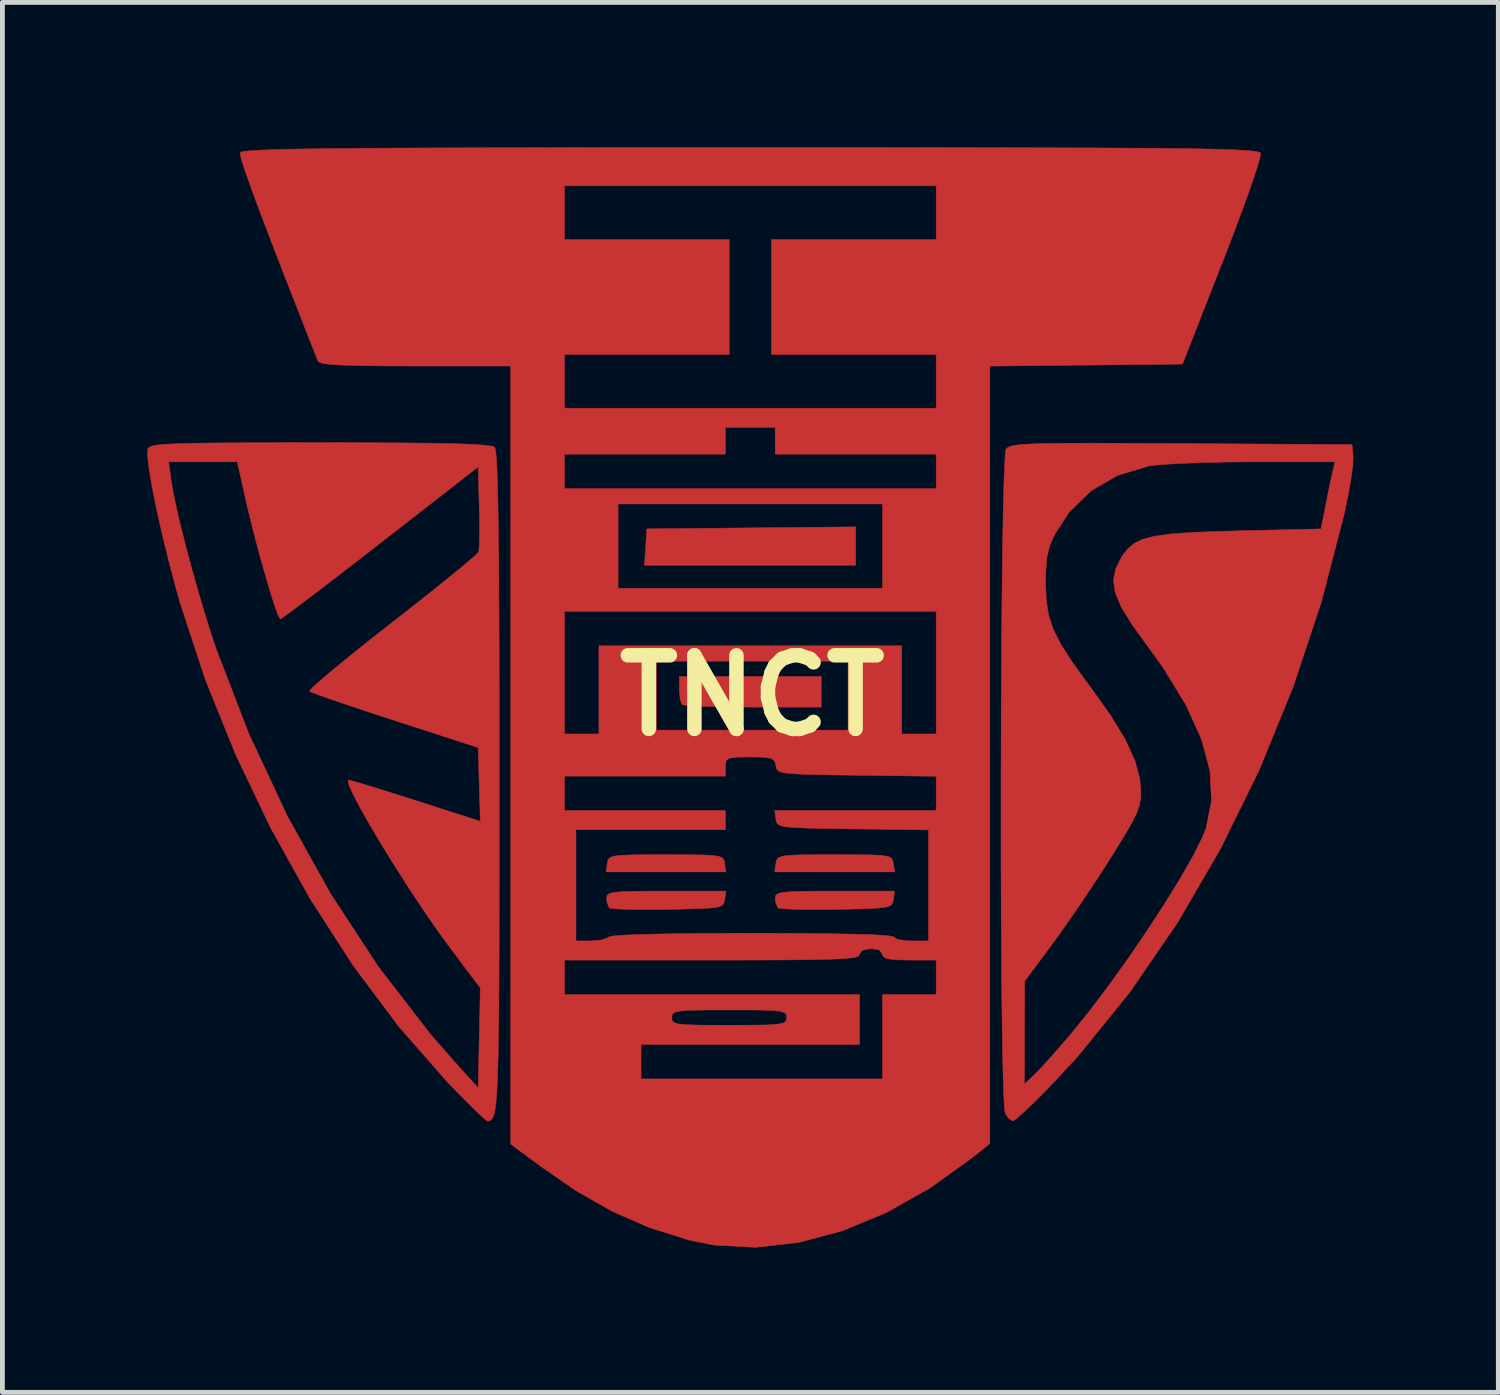
<source format=kicad_pcb>
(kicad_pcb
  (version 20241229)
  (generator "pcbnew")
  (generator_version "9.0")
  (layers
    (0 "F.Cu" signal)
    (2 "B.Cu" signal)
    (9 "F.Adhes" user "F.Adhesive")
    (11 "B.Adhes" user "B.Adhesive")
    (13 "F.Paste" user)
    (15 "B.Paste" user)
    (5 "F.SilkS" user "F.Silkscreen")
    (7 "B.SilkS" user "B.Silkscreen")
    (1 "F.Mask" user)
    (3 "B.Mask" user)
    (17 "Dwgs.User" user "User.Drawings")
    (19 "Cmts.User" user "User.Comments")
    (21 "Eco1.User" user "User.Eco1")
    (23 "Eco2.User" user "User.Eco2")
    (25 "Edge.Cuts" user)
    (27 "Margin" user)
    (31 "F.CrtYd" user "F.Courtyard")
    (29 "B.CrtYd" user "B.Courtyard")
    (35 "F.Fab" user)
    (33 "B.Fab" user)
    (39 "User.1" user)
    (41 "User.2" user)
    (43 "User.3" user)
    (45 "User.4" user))
  (footprint "TNCT"
    (layer "F.Cu")
    (at 12.528 11.356)
    (property "Reference" "TNCT" (at 0 0 0) (layer "F.SilkS") (effects (font (size 1.524 1.524) (thickness 0.3))))
    (attr through_hole)
    (fp_poly (pts (xy 2.143 -2.699) (xy -2.231 -2.699) (xy -2.207 -3.076) (xy -2.183 -3.453) (xy -0.02 -3.474) (xy 2.143 -3.495) (xy 2.143 -2.699)) (stroke (width 0.01) (type solid)) (fill yes) (layer "F.Cu"))
    (fp_poly (pts (xy 1.429 0.238) (xy 0.013 0.238) (xy -0.446 0.235) (xy -0.848 0.227) (xy -1.169 0.215) (xy -1.38 0.2) (xy -1.455 0.185) (xy -1.492 0.076) (xy -1.508 -0.117) (xy -1.508 -0.132) (xy -1.508 -0.397) (xy 1.429 -0.397) (xy 1.429 0.238)) (stroke (width 0.01) (type solid)) (fill yes) (layer "F.Cu"))
    (fp_poly (pts (xy -1.329 3.295) (xy -1.006 3.299) (xy -0.794 3.312) (xy -0.668 3.335) (xy -0.604 3.372) (xy -0.578 3.428) (xy -0.57 3.473) (xy -0.545 3.651) (xy -3.027 3.651) (xy -3.002 3.473) (xy -2.987 3.404) (xy -2.949 3.356) (xy -2.864 3.324) (xy -2.708 3.306) (xy -2.456 3.297) (xy -2.084 3.294) (xy -1.786 3.294) (xy -1.329 3.295)) (stroke (width 0.01) (type solid)) (fill yes) (layer "F.Cu"))
    (fp_poly (pts (xy 2.164 3.295) (xy 2.486 3.299) (xy 2.699 3.312) (xy 2.825 3.335) (xy 2.889 3.372) (xy 2.915 3.428) (xy 2.923 3.473) (xy 2.948 3.651) (xy 0.465 3.651) (xy 0.491 3.473) (xy 0.505 3.404) (xy 0.543 3.356) (xy 0.628 3.324) (xy 0.785 3.306) (xy 1.037 3.297) (xy 1.408 3.294) (xy 1.707 3.294) (xy 2.164 3.295)) (stroke (width 0.01) (type solid)) (fill yes) (layer "F.Cu"))
    (fp_poly (pts (xy -0.57 4.227) (xy -0.586 4.296) (xy -0.626 4.346) (xy -0.716 4.379) (xy -0.879 4.4) (xy -1.141 4.413) (xy -1.525 4.423) (xy -1.751 4.427) (xy -2.164 4.431) (xy -2.52 4.428) (xy -2.788 4.418) (xy -2.94 4.402) (xy -2.961 4.394) (xy -3.009 4.275) (xy -3.016 4.194) (xy -3.006 4.138) (xy -2.958 4.099) (xy -2.852 4.073) (xy -2.662 4.058) (xy -2.367 4.051) (xy -1.944 4.048) (xy -1.78 4.048) (xy -0.545 4.048) (xy -0.57 4.227)) (stroke (width 0.01) (type solid)) (fill yes) (layer "F.Cu"))
    (fp_poly (pts (xy 2.923 4.227) (xy 2.907 4.296) (xy 2.867 4.346) (xy 2.777 4.379) (xy 2.614 4.4) (xy 2.352 4.413) (xy 1.967 4.423) (xy 1.742 4.427) (xy 1.328 4.431) (xy 0.973 4.428) (xy 0.704 4.418) (xy 0.553 4.402) (xy 0.531 4.394) (xy 0.484 4.275) (xy 0.476 4.194) (xy 0.487 4.138) (xy 0.534 4.099) (xy 0.641 4.073) (xy 0.83 4.058) (xy 1.125 4.051) (xy 1.548 4.048) (xy 1.712 4.048) (xy 2.948 4.048) (xy 2.923 4.227)) (stroke (width 0.01) (type solid)) (fill yes) (layer "F.Cu"))
    (fp_poly (pts (xy 7.624 -5.226) (xy 8.384 -5.223) (xy 8.89 -5.22) (xy 12.422 -5.199) (xy 12.446 -4.95) (xy 12.439 -4.776) (xy 12.4 -4.488) (xy 12.336 -4.128) (xy 12.26 -3.76) (xy 11.786 -1.937) (xy 11.196 -0.164) (xy 10.497 1.545) (xy 9.696 3.176) (xy 8.8 4.714) (xy 7.817 6.146) (xy 6.755 7.457) (xy 6.144 8.116) (xy 5.878 8.383) (xy 5.649 8.603) (xy 5.481 8.753) (xy 5.397 8.811) (xy 5.396 8.811) (xy 5.305 8.749) (xy 5.242 8.657) (xy 5.225 8.548) (xy 5.21 8.295) (xy 5.202 8.045) (xy 5.636 8.045) (xy 5.843 7.852) (xy 5.979 7.712) (xy 6.185 7.485) (xy 6.431 7.204) (xy 6.625 6.977) (xy 7 6.512) (xy 7.395 5.988) (xy 7.796 5.428) (xy 8.185 4.858) (xy 8.548 4.3) (xy 8.869 3.778) (xy 9.132 3.317) (xy 9.321 2.939) (xy 9.399 2.747) (xy 9.512 2.178) (xy 9.48 1.562) (xy 9.302 0.898) (xy 8.977 0.183) (xy 8.506 -0.586) (xy 8.199 -1.011) (xy 7.869 -1.468) (xy 7.643 -1.836) (xy 7.516 -2.138) (xy 7.481 -2.398) (xy 7.531 -2.639) (xy 7.659 -2.885) (xy 7.668 -2.899) (xy 7.778 -3.042) (xy 7.913 -3.154) (xy 8.092 -3.24) (xy 8.337 -3.303) (xy 8.666 -3.348) (xy 9.102 -3.38) (xy 9.663 -3.402) (xy 10.077 -3.413) (xy 11.78 -3.453) (xy 11.882 -3.969) (xy 11.941 -4.265) (xy 11.995 -4.521) (xy 12.026 -4.663) (xy 12.068 -4.842) (xy 10.375 -4.842) (xy 9.838 -4.838) (xy 9.325 -4.826) (xy 8.867 -4.809) (xy 8.496 -4.787) (xy 8.246 -4.761) (xy 8.213 -4.755) (xy 7.57 -4.563) (xy 7.017 -4.242) (xy 6.562 -3.798) (xy 6.261 -3.334) (xy 6.158 -3.099) (xy 6.1 -2.851) (xy 6.077 -2.533) (xy 6.075 -2.342) (xy 6.088 -1.985) (xy 6.136 -1.673) (xy 6.234 -1.374) (xy 6.395 -1.056) (xy 6.632 -0.687) (xy 6.96 -0.235) (xy 7.01 -0.168) (xy 7.424 0.413) (xy 7.726 0.91) (xy 7.924 1.342) (xy 8.027 1.727) (xy 8.047 1.945) (xy 8.045 2.111) (xy 8.021 2.262) (xy 7.964 2.428) (xy 7.86 2.637) (xy 7.697 2.917) (xy 7.461 3.297) (xy 7.422 3.361) (xy 7.137 3.804) (xy 6.819 4.281) (xy 6.506 4.736) (xy 6.235 5.115) (xy 6.214 5.143) (xy 5.642 5.913) (xy 5.639 6.979) (xy 5.636 8.045) (xy 5.202 8.045) (xy 5.197 7.913) (xy 5.186 7.415) (xy 5.176 6.816) (xy 5.168 6.13) (xy 5.162 5.371) (xy 5.157 4.554) (xy 5.154 3.692) (xy 5.153 2.8) (xy 5.153 1.892) (xy 5.155 0.983) (xy 5.158 0.085) (xy 5.162 -0.785) (xy 5.169 -1.615) (xy 5.176 -2.39) (xy 5.186 -3.096) (xy 5.196 -3.719) (xy 5.208 -4.243) (xy 5.222 -4.657) (xy 5.237 -4.944) (xy 5.253 -5.091) (xy 5.259 -5.106) (xy 5.292 -5.138) (xy 5.35 -5.164) (xy 5.447 -5.186) (xy 5.597 -5.202) (xy 5.813 -5.214) (xy 6.11 -5.222) (xy 6.501 -5.226) (xy 7.001 -5.228) (xy 7.624 -5.226)) (stroke (width 0.01) (type solid)) (fill yes) (layer "F.Cu"))
    (fp_poly (pts (xy -8.047 -5.238) (xy -7.294 -5.234) (xy -6.68 -5.228) (xy -6.194 -5.218) (xy -5.827 -5.205) (xy -5.568 -5.189) (xy -5.408 -5.169) (xy -5.336 -5.145) (xy -5.334 -5.144) (xy -5.316 -5.088) (xy -5.301 -4.955) (xy -5.287 -4.737) (xy -5.276 -4.426) (xy -5.266 -4.014) (xy -5.258 -3.493) (xy -5.251 -2.857) (xy -5.246 -2.097) (xy -5.242 -1.205) (xy -5.24 -0.175) (xy -5.239 1.001) (xy -5.239 1.786) (xy -5.239 3.002) (xy -5.24 4.07) (xy -5.241 4.998) (xy -5.244 5.796) (xy -5.248 6.475) (xy -5.255 7.043) (xy -5.263 7.511) (xy -5.274 7.889) (xy -5.288 8.185) (xy -5.305 8.41) (xy -5.326 8.574) (xy -5.351 8.686) (xy -5.38 8.756) (xy -5.414 8.793) (xy -5.452 8.808) (xy -5.484 8.811) (xy -5.556 8.756) (xy -5.715 8.607) (xy -5.942 8.382) (xy -6.214 8.103) (xy -6.331 7.982) (xy -7.323 6.848) (xy -8.269 5.583) (xy -9.154 4.209) (xy -9.968 2.749) (xy -10.695 1.227) (xy -11.326 -0.334) (xy -11.845 -1.912) (xy -11.946 -2.27) (xy -12.094 -2.832) (xy -12.228 -3.382) (xy -12.343 -3.896) (xy -12.433 -4.35) (xy -12.495 -4.72) (xy -12.508 -4.842) (xy -12.085 -4.842) (xy -12.035 -4.463) (xy -11.977 -4.131) (xy -11.878 -3.685) (xy -11.748 -3.16) (xy -11.596 -2.591) (xy -11.432 -2.014) (xy -11.266 -1.466) (xy -11.111 -0.992) (xy -10.429 0.78) (xy -9.634 2.482) (xy -8.736 4.098) (xy -7.744 5.613) (xy -6.666 7.01) (xy -6.093 7.665) (xy -5.675 8.123) (xy -5.653 7.088) (xy -5.631 6.053) (xy -6.251 5.229) (xy -6.515 4.867) (xy -6.798 4.456) (xy -7.09 4.017) (xy -7.377 3.569) (xy -7.649 3.13) (xy -7.894 2.72) (xy -8.1 2.358) (xy -8.256 2.064) (xy -8.351 1.856) (xy -8.371 1.754) (xy -8.36 1.747) (xy -8.266 1.771) (xy -8.048 1.835) (xy -7.729 1.933) (xy -7.337 2.056) (xy -6.962 2.175) (xy -5.63 2.603) (xy -5.653 1.839) (xy -5.675 1.076) (xy -7.396 0.518) (xy -7.892 0.356) (xy -8.336 0.208) (xy -8.707 0.081) (xy -8.982 -0.016) (xy -9.14 -0.077) (xy -9.168 -0.092) (xy -9.121 -0.152) (xy -8.964 -0.296) (xy -8.711 -0.511) (xy -8.378 -0.784) (xy -7.981 -1.103) (xy -7.535 -1.454) (xy -7.46 -1.513) (xy -7.002 -1.871) (xy -6.586 -2.201) (xy -6.228 -2.49) (xy -5.945 -2.723) (xy -5.753 -2.887) (xy -5.668 -2.97) (xy -5.665 -2.974) (xy -5.653 -3.088) (xy -5.647 -3.323) (xy -5.647 -3.641) (xy -5.653 -3.902) (xy -5.675 -4.738) (xy -7.699 -3.163) (xy -8.191 -2.781) (xy -8.642 -2.433) (xy -9.039 -2.13) (xy -9.364 -1.883) (xy -9.605 -1.704) (xy -9.744 -1.604) (xy -9.773 -1.588) (xy -9.816 -1.66) (xy -9.889 -1.86) (xy -9.984 -2.159) (xy -10.094 -2.531) (xy -10.21 -2.948) (xy -10.325 -3.384) (xy -10.431 -3.811) (xy -10.491 -4.068) (xy -10.663 -4.842) (xy -12.085 -4.842) (xy -12.508 -4.842) (xy -12.523 -4.984) (xy -12.516 -5.111) (xy -12.492 -5.142) (xy -12.436 -5.167) (xy -12.335 -5.188) (xy -12.174 -5.204) (xy -11.941 -5.216) (xy -11.622 -5.226) (xy -11.202 -5.232) (xy -10.669 -5.236) (xy -10.008 -5.238) (xy -9.206 -5.239) (xy -8.948 -5.239) (xy -8.047 -5.238)) (stroke (width 0.01) (type solid)) (fill yes) (layer "F.Cu"))
    (fp_poly (pts (xy 1.479 -11.35) (xy 2.846 -11.35) (xy 4.07 -11.349) (xy 5.159 -11.348) (xy 6.12 -11.345) (xy 6.961 -11.343) (xy 7.69 -11.339) (xy 8.314 -11.335) (xy 8.842 -11.329) (xy 9.282 -11.323) (xy 9.64 -11.315) (xy 9.925 -11.306) (xy 10.144 -11.296) (xy 10.305 -11.284) (xy 10.417 -11.271) (xy 10.486 -11.256) (xy 10.521 -11.24) (xy 10.529 -11.23) (xy 10.513 -11.128) (xy 10.444 -10.898) (xy 10.33 -10.56) (xy 10.178 -10.135) (xy 9.994 -9.641) (xy 9.786 -9.099) (xy 9.742 -8.988) (xy 8.91 -6.866) (xy 6.916 -6.845) (xy 4.921 -6.824) (xy 4.921 9.276) (xy 4.584 9.547) (xy 3.691 10.191) (xy 2.781 10.704) (xy 1.867 11.083) (xy 0.96 11.325) (xy 0.072 11.425) (xy -0.785 11.38) (xy -1.31 11.275) (xy -2.13 11.016) (xy -2.898 10.681) (xy -3.657 10.248) (xy -4.375 9.751) (xy -5.001 9.288) (xy -5.001 6.668) (xy -1.667 6.668) (xy -1.659 6.729) (xy -1.62 6.772) (xy -1.526 6.8) (xy -1.353 6.816) (xy -1.079 6.824) (xy -0.679 6.826) (xy -0.476 6.826) (xy -0.019 6.825) (xy 0.304 6.82) (xy 0.515 6.807) (xy 0.637 6.784) (xy 0.696 6.748) (xy 0.713 6.694) (xy 0.714 6.668) (xy 0.707 6.606) (xy 0.667 6.563) (xy 0.573 6.535) (xy 0.401 6.519) (xy 0.126 6.511) (xy -0.274 6.509) (xy -0.476 6.509) (xy -0.934 6.51) (xy -1.256 6.515) (xy -1.467 6.528) (xy -1.59 6.551) (xy -1.648 6.587) (xy -1.666 6.641) (xy -1.667 6.668) (xy -5.001 6.668) (xy -5.001 5.477) (xy -3.889 5.477) (xy -3.889 6.191) (xy 2.223 6.191) (xy 2.223 7.223) (xy -2.302 7.223) (xy -2.302 7.938) (xy 2.699 7.938) (xy 2.699 6.191) (xy 3.81 6.191) (xy 3.81 5.477) (xy 3.254 5.477) (xy 2.952 5.47) (xy 2.78 5.445) (xy 2.707 5.395) (xy 2.699 5.358) (xy 2.628 5.263) (xy 2.461 5.239) (xy 2.272 5.274) (xy 2.223 5.358) (xy 2.206 5.388) (xy 2.149 5.413) (xy 2.035 5.433) (xy 1.852 5.449) (xy 1.584 5.46) (xy 1.218 5.468) (xy 0.74 5.473) (xy 0.135 5.476) (xy -0.611 5.477) (xy -0.833 5.477) (xy -3.889 5.477) (xy -5.001 5.477) (xy -5.001 1.667) (xy -3.889 1.667) (xy -3.889 2.381) (xy -0.556 2.381) (xy -0.556 2.778) (xy -3.651 2.778) (xy -3.651 5.08) (xy -3.338 5.08) (xy -3.127 5.062) (xy -2.992 5.016) (xy -2.977 5.001) (xy -2.883 4.978) (xy -2.638 4.959) (xy -2.246 4.944) (xy -1.714 4.932) (xy -1.049 4.925) (xy -0.256 4.921) (xy 0.005 4.921) (xy 0.851 4.923) (xy 1.559 4.93) (xy 2.126 4.94) (xy 2.546 4.954) (xy 2.816 4.973) (xy 2.932 4.995) (xy 2.937 5.001) (xy 3.008 5.048) (xy 3.187 5.076) (xy 3.294 5.08) (xy 3.651 5.08) (xy 3.651 2.781) (xy 2.084 2.76) (xy 1.548 2.752) (xy 1.151 2.744) (xy 0.871 2.732) (xy 0.686 2.715) (xy 0.576 2.689) (xy 0.52 2.652) (xy 0.498 2.601) (xy 0.491 2.56) (xy 0.465 2.381) (xy 3.81 2.381) (xy 3.81 1.67) (xy 2.163 1.649) (xy 1.613 1.641) (xy 1.201 1.633) (xy 0.907 1.622) (xy 0.71 1.606) (xy 0.59 1.582) (xy 0.527 1.548) (xy 0.5 1.501) (xy 0.491 1.449) (xy 0.463 1.352) (xy 0.39 1.298) (xy 0.235 1.275) (xy -0.042 1.27) (xy -0.045 1.27) (xy -0.321 1.274) (xy -0.474 1.294) (xy -0.54 1.344) (xy -0.555 1.439) (xy -0.556 1.468) (xy -0.556 1.667) (xy -3.889 1.667) (xy -5.001 1.667) (xy -5.001 -1.746) (xy -3.889 -1.746) (xy -3.889 0.794) (xy -3.175 0.794) (xy -3.175 -0.714) (xy -1.984 -0.714) (xy -1.984 0.714) (xy 1.984 0.714) (xy 1.984 -0.714) (xy -1.984 -0.714) (xy -3.175 -0.714) (xy -3.175 -1.032) (xy 3.096 -1.032) (xy 3.096 0.794) (xy 3.81 0.794) (xy 3.81 -1.746) (xy -3.889 -1.746) (xy -5.001 -1.746) (xy -5.001 -3.969) (xy -2.778 -3.969) (xy -2.778 -2.223) (xy 2.699 -2.223) (xy 2.699 -3.969) (xy -2.778 -3.969) (xy -5.001 -3.969) (xy -5.001 -5.001) (xy -3.889 -5.001) (xy -3.889 -4.286) (xy 3.81 -4.286) (xy 3.81 -5.001) (xy 0.476 -5.001) (xy 0.476 -5.556) (xy -0.556 -5.556) (xy -0.556 -5.001) (xy -3.889 -5.001) (xy -5.001 -5.001) (xy -5.001 -6.826) (xy -6.977 -6.826) (xy -7.624 -6.828) (xy -8.128 -6.834) (xy -8.502 -6.846) (xy -8.76 -6.863) (xy -8.916 -6.886) (xy -8.986 -6.917) (xy -8.992 -6.925) (xy -9.376 -7.904) (xy -9.704 -8.742) (xy -9.976 -9.447) (xy -10.196 -10.025) (xy -10.366 -10.483) (xy -10.392 -10.557) (xy -3.889 -10.557) (xy -3.889 -9.446) (xy -0.476 -9.446) (xy -0.476 -7.064) (xy -3.889 -7.064) (xy -3.889 -5.953) (xy 3.81 -5.953) (xy 3.81 -7.064) (xy 0.397 -7.064) (xy 0.397 -9.446) (xy 3.81 -9.446) (xy 3.81 -10.557) (xy -3.889 -10.557) (xy -10.392 -10.557) (xy -10.489 -10.828) (xy -10.566 -11.066) (xy -10.602 -11.204) (xy -10.603 -11.244) (xy -10.575 -11.26) (xy -10.499 -11.274) (xy -10.368 -11.286) (xy -10.174 -11.298) (xy -9.911 -11.308) (xy -9.57 -11.316) (xy -9.145 -11.324) (xy -8.628 -11.33) (xy -8.012 -11.335) (xy -7.289 -11.34) (xy -6.453 -11.343) (xy -5.496 -11.346) (xy -4.411 -11.348) (xy -3.19 -11.35) (xy -1.826 -11.35) (xy -0.312 -11.351) (xy -0.04 -11.351) (xy 1.479 -11.35)) (stroke (width 0.01) (type solid)) (fill yes) (layer "F.Cu")))
  (gr_rect
    (start -3 -3)
    (end 27.98 25.785)
    (stroke (width 0.1) (type default))
    (fill no)
    (layer "Edge.Cuts")))
</source>
